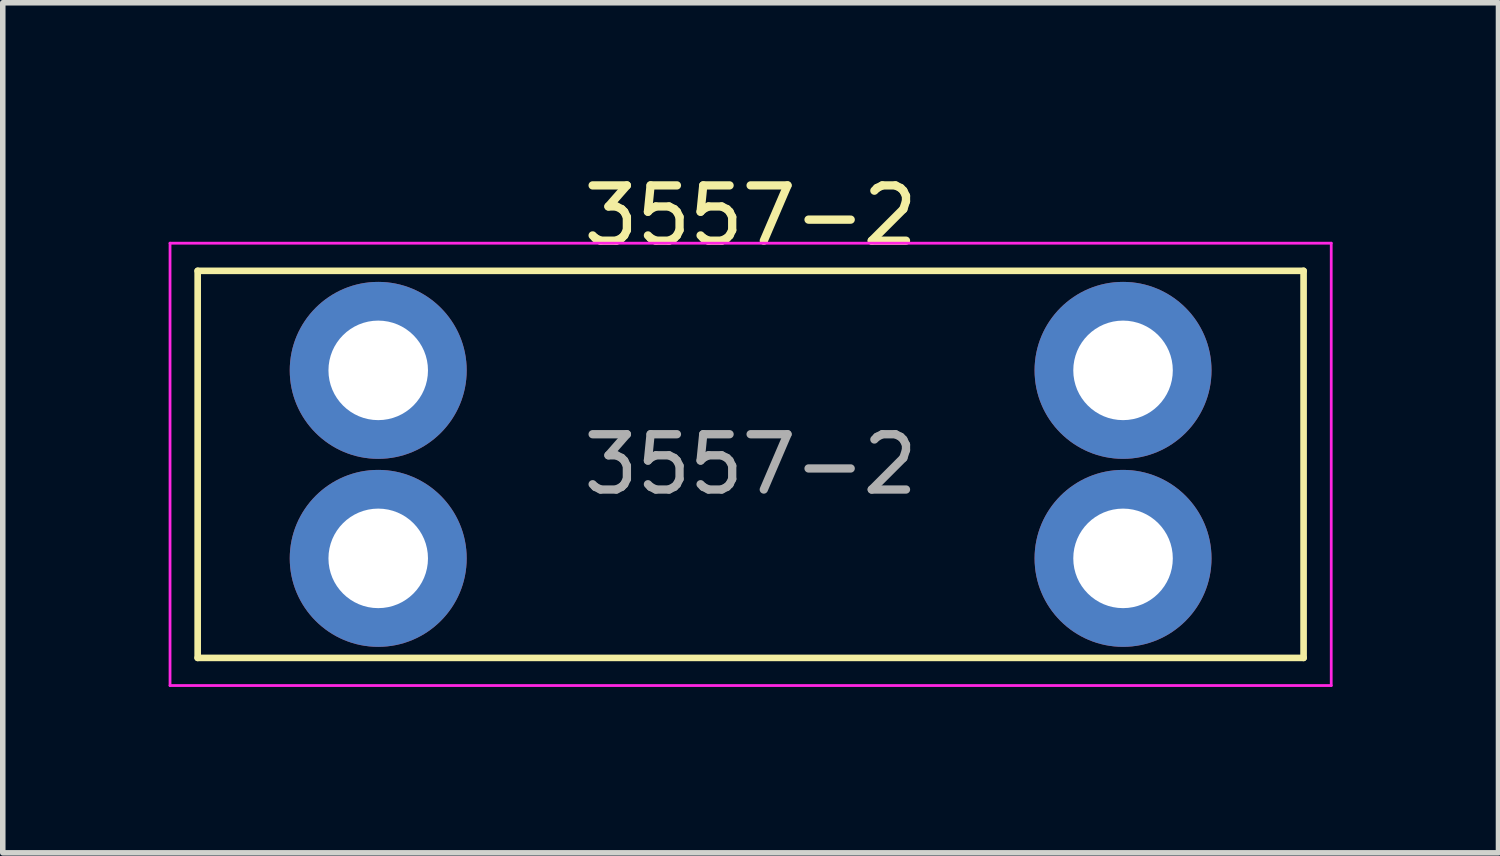
<source format=kicad_pcb>
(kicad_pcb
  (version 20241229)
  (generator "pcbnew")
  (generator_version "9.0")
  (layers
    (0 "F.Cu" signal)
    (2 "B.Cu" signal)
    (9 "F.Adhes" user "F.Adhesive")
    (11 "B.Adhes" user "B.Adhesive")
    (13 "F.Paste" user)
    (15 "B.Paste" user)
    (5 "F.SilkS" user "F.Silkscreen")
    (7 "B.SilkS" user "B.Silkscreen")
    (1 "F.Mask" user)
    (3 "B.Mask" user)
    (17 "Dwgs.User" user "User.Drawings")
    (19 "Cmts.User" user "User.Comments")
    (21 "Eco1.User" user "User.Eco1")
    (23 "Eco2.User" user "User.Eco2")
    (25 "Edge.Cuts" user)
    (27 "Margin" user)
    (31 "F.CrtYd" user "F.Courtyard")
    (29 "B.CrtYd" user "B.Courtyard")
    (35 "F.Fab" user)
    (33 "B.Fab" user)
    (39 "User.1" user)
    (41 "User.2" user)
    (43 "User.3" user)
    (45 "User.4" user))
  (footprint "3557-2"
    (layer "F.Cu")
    (at 10.525 5.348)
    (property "Reference" "3557-2" (at 0 -4.5 0) (layer "F.SilkS") (effects (font (size 1 1) (thickness 0.15))))
    (attr through_hole)
    (fp_line (start -10 -3.5) (end 10 -3.5) (stroke (width 0.12) (type solid)) (layer "F.SilkS"))
    (fp_line (start -10 3.5) (end -10 -3.5) (stroke (width 0.12) (type solid)) (layer "F.SilkS"))
    (fp_line (start -10 3.5) (end 10 3.5) (stroke (width 0.12) (type solid)) (layer "F.SilkS"))
    (fp_line (start 10 3.5) (end 10 -3.5) (stroke (width 0.12) (type solid)) (layer "F.SilkS"))
    (fp_line (start -10.5 -4) (end 10.5 -4) (stroke (width 0.05) (type solid)) (layer "F.CrtYd"))
    (fp_line (start -10.5 4) (end -10.5 -4) (stroke (width 0.05) (type solid)) (layer "F.CrtYd"))
    (fp_line (start -10.5 4) (end 10.5 4) (stroke (width 0.05) (type solid)) (layer "F.CrtYd"))
    (fp_line (start 10.5 4) (end 10.5 -4) (stroke (width 0.05) (type solid)) (layer "F.CrtYd"))
    (fp_text user "${REFERENCE}" (at 0 0 0) (layer "F.Fab") (effects (font (size 1 1) (thickness 0.15))))
    (pad "1" thru_hole circle (at -6.735 -1.7) (size 3.2 3.2) (drill 1.8) (layers "*.Cu" "*.Mask"))
    (pad "1" thru_hole circle (at -6.735 1.7) (size 3.2 3.2) (drill 1.8) (layers "*.Cu" "*.Mask"))
    (pad "2" thru_hole circle (at 6.735 -1.7 180) (size 3.2 3.2) (drill 1.8) (layers "*.Cu" "*.Mask"))
    (pad "2" thru_hole circle (at 6.735 1.7 180) (size 3.2 3.2) (drill 1.8) (layers "*.Cu" "*.Mask")))
  (gr_rect
    (start -3 -3)
    (end 24.05 12.373)
    (stroke (width 0.1) (type default))
    (fill no)
    (layer "Edge.Cuts")))
</source>
